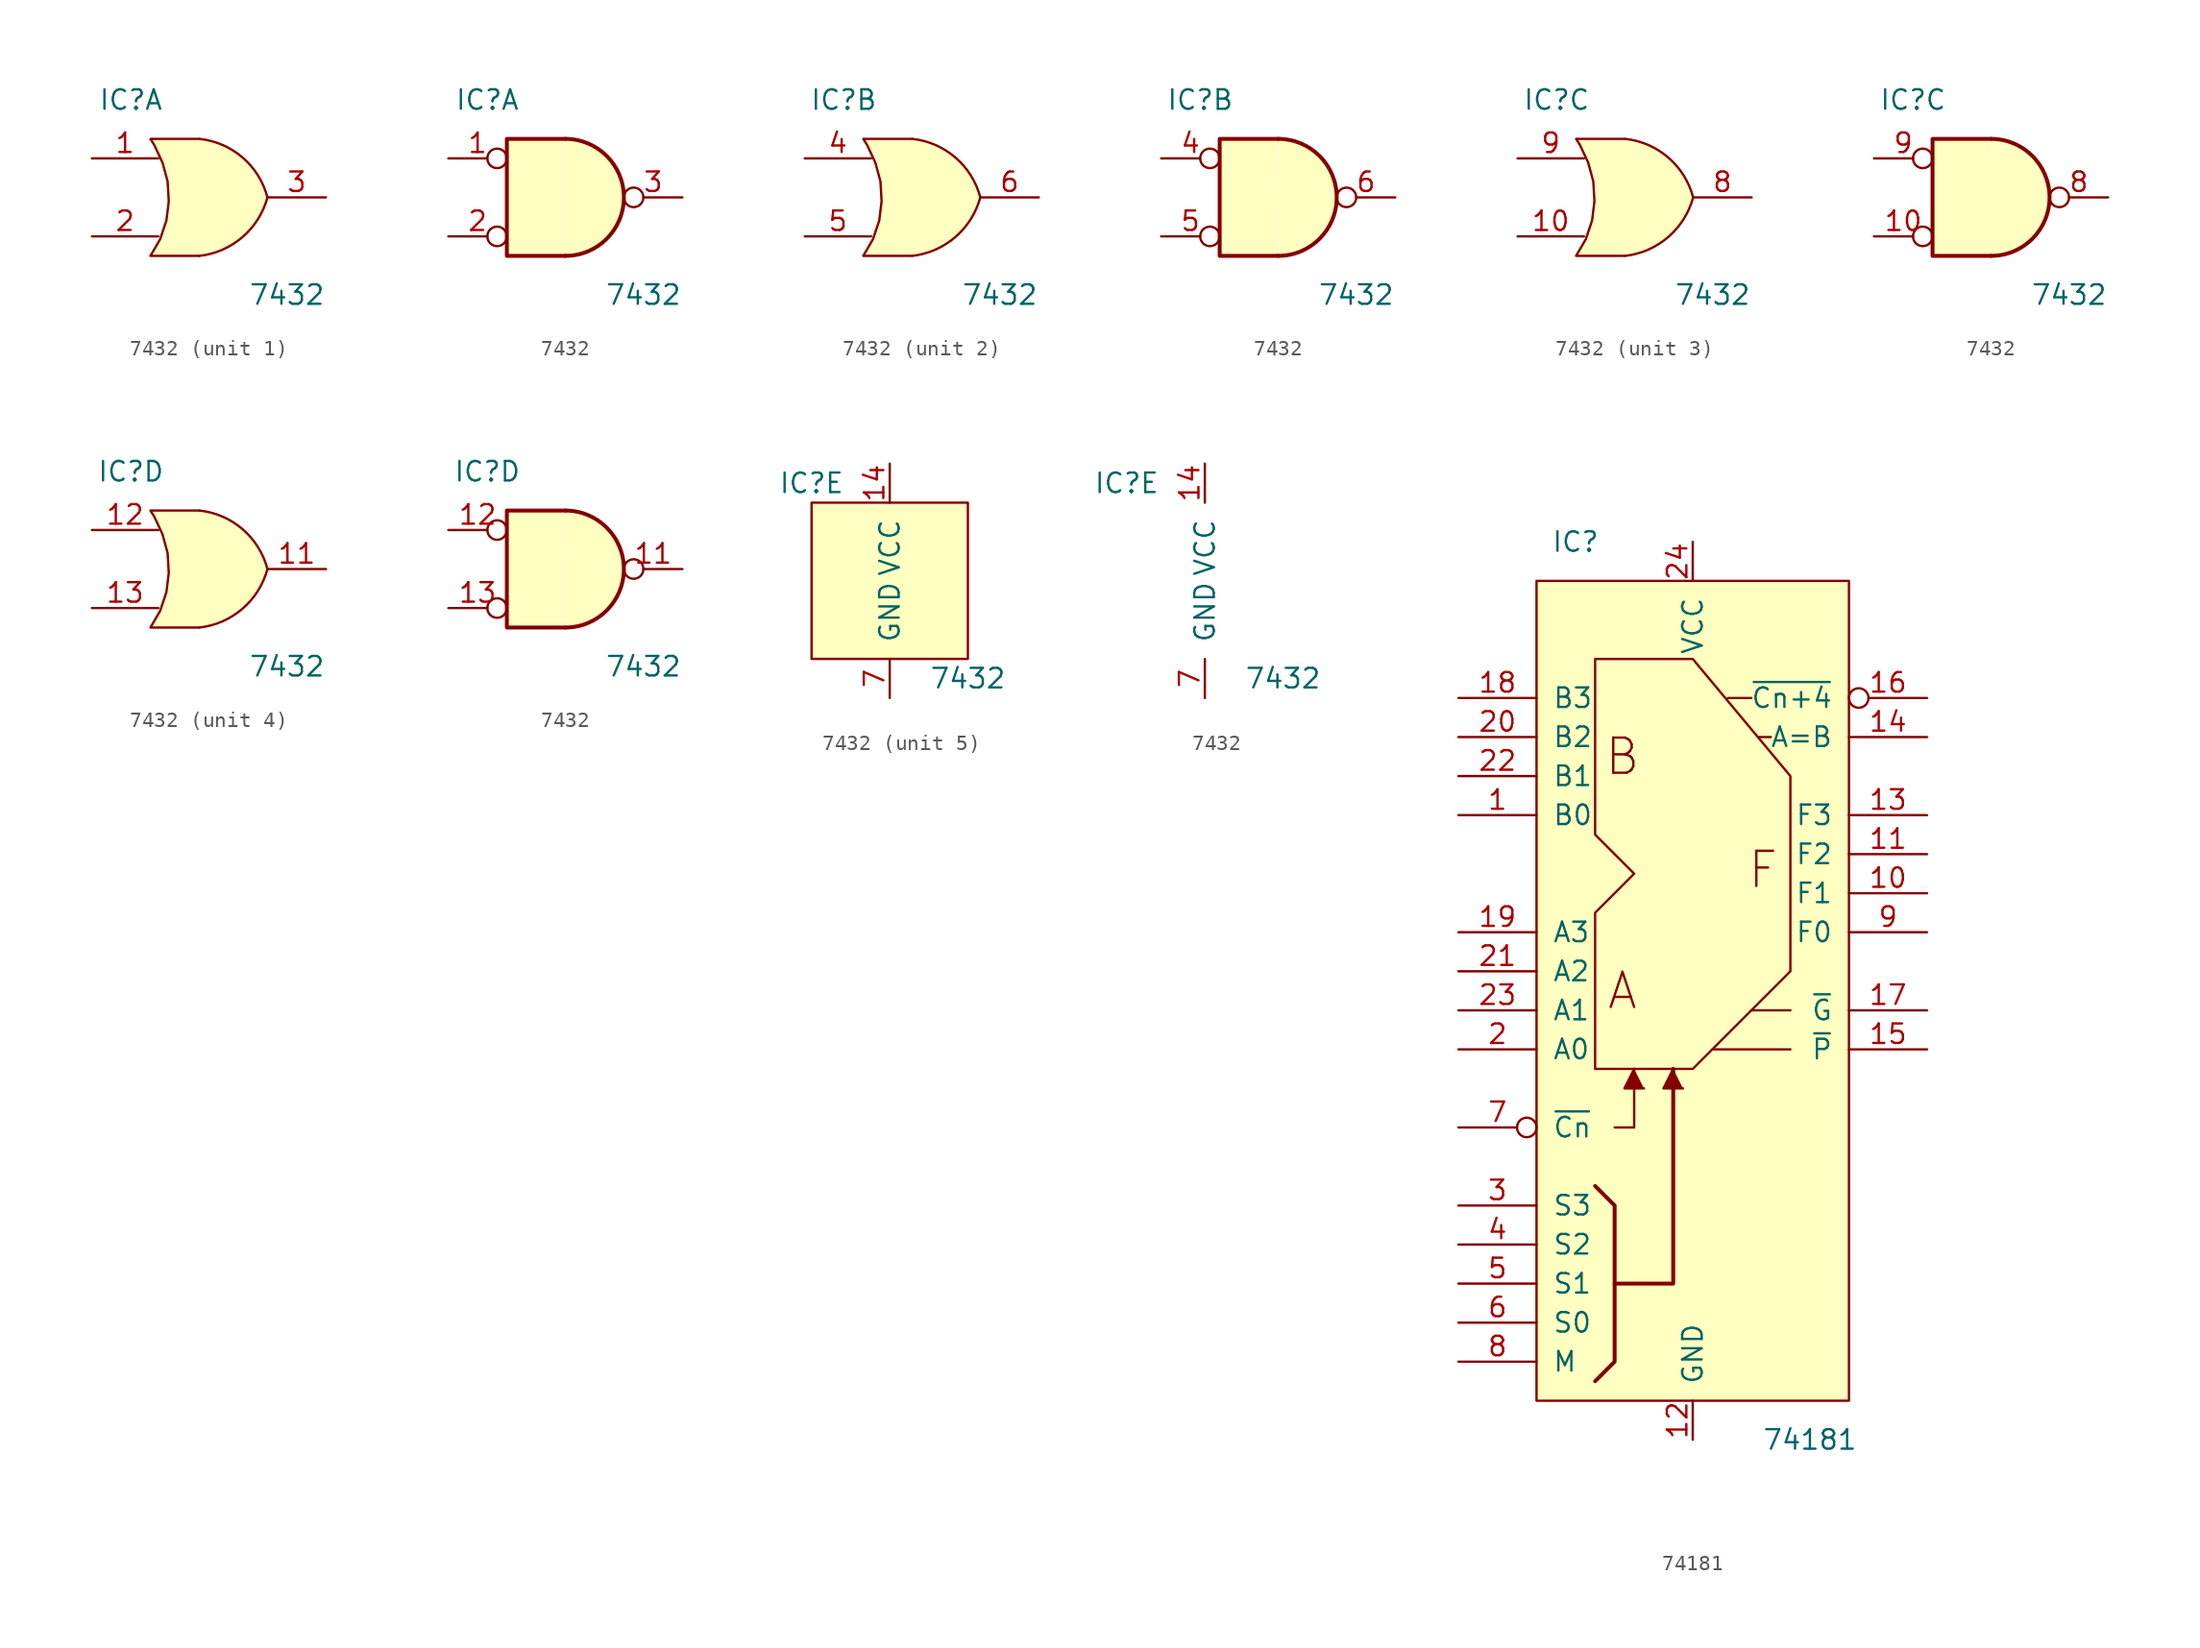
<source format=kicad_sym>
(kicad_symbol_lib
  (version 20211014)
  (generator kicad_symbol_editor)
  (symbol "7432"
    (pin_names
      (offset 1.016))
    (property "Reference" "IC"
      (at -5.08 6.35 0)
      (effects (font (size 1.27 1.27))))
    (property "Value" "7432"
      (at 5.08 -6.35 0)
      (effects (font (size 1.27 1.27))))
    (property "ki_locked" ""
      (at 0 0 0)
      (effects (font (size 1.27 1.27))))
    (symbol "7432_1_1"
      (arc (start -0.6096 -3.81) (mid 2.1842 -2.5851) (end 3.81 0) (stroke (width 0.1524) (type default) (color 0 0 0 0)) (fill (type background)))
      (polyline (pts (xy -0.635 3.81) (xy -3.81 3.81) (xy -3.81 3.81) (xy -3.556 3.404) (xy -3.023 2.261) (xy -2.692 1.041) (xy -2.616 -0.254) (xy -2.769 -1.499) (xy -3.175 -2.718) (xy -3.81 -3.81) (xy -3.81 -3.81) (xy -0.635 -3.81)) (stroke (width 0.152) (type default) (color 0 0 0 0)) (fill (type background)))
      (arc (start 3.81 0) (mid 2.1915 2.5936) (end -0.6096 3.81) (stroke (width 0.1524) (type default) (color 0 0 0 0)) (fill (type background)))
      (pin input line (at -7.62 2.54 0) (length 4.318) (name "~" (effects (font (size 1.27 1.27)))) (number "1" (effects (font (size 1.27 1.27)))))
      (pin input line (at -7.62 -2.54 0) (length 4.318) (name "~" (effects (font (size 1.27 1.27)))) (number "2" (effects (font (size 1.27 1.27)))))
      (pin output line (at 7.62 0 180) (length 3.81) (name "~" (effects (font (size 1.27 1.27)))) (number "3" (effects (font (size 1.27 1.27))))))
    (symbol "7432_1_2"
      (arc (start 0 -3.81) (mid 3.81 0) (end 0 3.81) (stroke (width 0.254) (type default) (color 0 0 0 0)) (fill (type background)))
      (polyline (pts (xy 0 3.81) (xy -3.81 3.81) (xy -3.81 -3.81) (xy 0 -3.81)) (stroke (width 0.254) (type default) (color 0 0 0 0)) (fill (type background)))
      (pin input inverted (at -7.62 2.54 0) (length 3.81) (name "~" (effects (font (size 1.27 1.27)))) (number "1" (effects (font (size 1.27 1.27)))))
      (pin input inverted (at -7.62 -2.54 0) (length 3.81) (name "~" (effects (font (size 1.27 1.27)))) (number "2" (effects (font (size 1.27 1.27)))))
      (pin output inverted (at 7.62 0 180) (length 3.81) (name "~" (effects (font (size 1.27 1.27)))) (number "3" (effects (font (size 1.27 1.27))))))
    (symbol "7432_2_1"
      (arc (start -0.6096 -3.81) (mid 2.1842 -2.5851) (end 3.81 0) (stroke (width 0.1524) (type default) (color 0 0 0 0)) (fill (type background)))
      (polyline (pts (xy -0.635 3.81) (xy -3.81 3.81) (xy -3.81 3.81) (xy -3.556 3.404) (xy -3.023 2.261) (xy -2.692 1.041) (xy -2.616 -0.254) (xy -2.769 -1.499) (xy -3.175 -2.718) (xy -3.81 -3.81) (xy -3.81 -3.81) (xy -0.635 -3.81)) (stroke (width 0.152) (type default) (color 0 0 0 0)) (fill (type background)))
      (arc (start 3.81 0) (mid 2.1915 2.5936) (end -0.6096 3.81) (stroke (width 0.1524) (type default) (color 0 0 0 0)) (fill (type background)))
      (pin input line (at -7.62 2.54 0) (length 4.318) (name "~" (effects (font (size 1.27 1.27)))) (number "4" (effects (font (size 1.27 1.27)))))
      (pin input line (at -7.62 -2.54 0) (length 4.318) (name "~" (effects (font (size 1.27 1.27)))) (number "5" (effects (font (size 1.27 1.27)))))
      (pin output line (at 7.62 0 180) (length 3.81) (name "~" (effects (font (size 1.27 1.27)))) (number "6" (effects (font (size 1.27 1.27))))))
    (symbol "7432_2_2"
      (arc (start 0 -3.81) (mid 3.81 0) (end 0 3.81) (stroke (width 0.254) (type default) (color 0 0 0 0)) (fill (type background)))
      (polyline (pts (xy 0 3.81) (xy -3.81 3.81) (xy -3.81 -3.81) (xy 0 -3.81)) (stroke (width 0.254) (type default) (color 0 0 0 0)) (fill (type background)))
      (pin input inverted (at -7.62 2.54 0) (length 3.81) (name "~" (effects (font (size 1.27 1.27)))) (number "4" (effects (font (size 1.27 1.27)))))
      (pin input inverted (at -7.62 -2.54 0) (length 3.81) (name "~" (effects (font (size 1.27 1.27)))) (number "5" (effects (font (size 1.27 1.27)))))
      (pin output inverted (at 7.62 0 180) (length 3.81) (name "~" (effects (font (size 1.27 1.27)))) (number "6" (effects (font (size 1.27 1.27))))))
    (symbol "7432_3_1"
      (arc (start -0.6096 -3.81) (mid 2.1842 -2.5851) (end 3.81 0) (stroke (width 0.1524) (type default) (color 0 0 0 0)) (fill (type background)))
      (polyline (pts (xy -0.635 3.81) (xy -3.81 3.81) (xy -3.81 3.81) (xy -3.556 3.404) (xy -3.023 2.261) (xy -2.692 1.041) (xy -2.616 -0.254) (xy -2.769 -1.499) (xy -3.175 -2.718) (xy -3.81 -3.81) (xy -3.81 -3.81) (xy -0.635 -3.81)) (stroke (width 0.152) (type default) (color 0 0 0 0)) (fill (type background)))
      (arc (start 3.81 0) (mid 2.1915 2.5936) (end -0.6096 3.81) (stroke (width 0.1524) (type default) (color 0 0 0 0)) (fill (type background)))
      (pin input line (at -7.62 -2.54 0) (length 4.318) (name "~" (effects (font (size 1.27 1.27)))) (number "10" (effects (font (size 1.27 1.27)))))
      (pin output line (at 7.62 0 180) (length 3.81) (name "~" (effects (font (size 1.27 1.27)))) (number "8" (effects (font (size 1.27 1.27)))))
      (pin input line (at -7.62 2.54 0) (length 4.318) (name "~" (effects (font (size 1.27 1.27)))) (number "9" (effects (font (size 1.27 1.27))))))
    (symbol "7432_3_2"
      (arc (start 0 -3.81) (mid 3.81 0) (end 0 3.81) (stroke (width 0.254) (type default) (color 0 0 0 0)) (fill (type background)))
      (polyline (pts (xy 0 3.81) (xy -3.81 3.81) (xy -3.81 -3.81) (xy 0 -3.81)) (stroke (width 0.254) (type default) (color 0 0 0 0)) (fill (type background)))
      (pin input inverted (at -7.62 -2.54 0) (length 3.81) (name "~" (effects (font (size 1.27 1.27)))) (number "10" (effects (font (size 1.27 1.27)))))
      (pin output inverted (at 7.62 0 180) (length 3.81) (name "~" (effects (font (size 1.27 1.27)))) (number "8" (effects (font (size 1.27 1.27)))))
      (pin input inverted (at -7.62 2.54 0) (length 3.81) (name "~" (effects (font (size 1.27 1.27)))) (number "9" (effects (font (size 1.27 1.27))))))
    (symbol "7432_4_1"
      (arc (start -0.6096 -3.81) (mid 2.1842 -2.5851) (end 3.81 0) (stroke (width 0.1524) (type default) (color 0 0 0 0)) (fill (type background)))
      (polyline (pts (xy -0.635 3.81) (xy -3.81 3.81) (xy -3.81 3.81) (xy -3.556 3.404) (xy -3.023 2.261) (xy -2.692 1.041) (xy -2.616 -0.254) (xy -2.769 -1.499) (xy -3.175 -2.718) (xy -3.81 -3.81) (xy -3.81 -3.81) (xy -0.635 -3.81)) (stroke (width 0.152) (type default) (color 0 0 0 0)) (fill (type background)))
      (arc (start 3.81 0) (mid 2.1915 2.5936) (end -0.6096 3.81) (stroke (width 0.1524) (type default) (color 0 0 0 0)) (fill (type background)))
      (pin output line (at 7.62 0 180) (length 3.81) (name "~" (effects (font (size 1.27 1.27)))) (number "11" (effects (font (size 1.27 1.27)))))
      (pin input line (at -7.62 2.54 0) (length 4.318) (name "~" (effects (font (size 1.27 1.27)))) (number "12" (effects (font (size 1.27 1.27)))))
      (pin input line (at -7.62 -2.54 0) (length 4.318) (name "~" (effects (font (size 1.27 1.27)))) (number "13" (effects (font (size 1.27 1.27))))))
    (symbol "7432_4_2"
      (arc (start 0 -3.81) (mid 3.81 0) (end 0 3.81) (stroke (width 0.254) (type default) (color 0 0 0 0)) (fill (type background)))
      (polyline (pts (xy 0 3.81) (xy -3.81 3.81) (xy -3.81 -3.81) (xy 0 -3.81)) (stroke (width 0.254) (type default) (color 0 0 0 0)) (fill (type background)))
      (pin output inverted (at 7.62 0 180) (length 3.81) (name "~" (effects (font (size 1.27 1.27)))) (number "11" (effects (font (size 1.27 1.27)))))
      (pin input inverted (at -7.62 2.54 0) (length 3.81) (name "~" (effects (font (size 1.27 1.27)))) (number "12" (effects (font (size 1.27 1.27)))))
      (pin input inverted (at -7.62 -2.54 0) (length 3.81) (name "~" (effects (font (size 1.27 1.27)))) (number "13" (effects (font (size 1.27 1.27))))))
    (symbol "7432_5_0"
      (pin power_in line (at 0 7.62 270) (length 2.54) (name "VCC" (effects (font (size 1.27 1.27)))) (number "14" (effects (font (size 1.27 1.27)))))
      (pin power_in line (at 0 -7.62 90) (length 2.54) (name "GND" (effects (font (size 1.27 1.27)))) (number "7" (effects (font (size 1.27 1.27))))))
    (symbol "7432_5_1"
      (rectangle (start -5.08 5.08) (end 5.08 -5.08) (stroke (width 0.152) (type default) (color 0 0 0 0)) (fill (type background)))))
  (symbol "74181"
    (pin_names
      (offset 1.016))
    (property "Reference" "IC"
      (at -7.62 30.48 0)
      (effects (font (size 1.27 1.27))))
    (property "Value" "74181"
      (at 7.62 -27.94 0)
      (effects (font (size 1.27 1.27))))
    (symbol "74181_1_0"
      (polyline (pts (xy 2.286 20.32) (xy 3.81 20.32)) (stroke (width 0.152) (type default) (color 0 0 0 0)) (fill (type none)))
      (polyline (pts (xy 5.08 17.78) (xy 4.318 17.78)) (stroke (width 0.152) (type default) (color 0 0 0 0)) (fill (type none)))
      (polyline (pts (xy 6.35 -2.54) (xy 1.27 -2.54)) (stroke (width 0.152) (type default) (color 0 0 0 0)) (fill (type none)))
      (polyline (pts (xy 6.35 0) (xy 3.81 0)) (stroke (width 0.152) (type default) (color 0 0 0 0)) (fill (type none)))
      (polyline (pts (xy -5.08 -17.78) (xy -1.27 -17.78) (xy -1.27 -3.81)) (stroke (width 0.254) (type default) (color 0 0 0 0)) (fill (type none)))
      (polyline (pts (xy -5.08 -7.62) (xy -3.81 -7.62) (xy -3.81 -3.81)) (stroke (width 0) (type default) (color 0 0 0 0)) (fill (type none)))
      (polyline (pts (xy -3.81 -3.81) (xy -4.445 -5.08) (xy -3.175 -5.08)) (stroke (width 0) (type default) (color 0 0 0 0)) (fill (type outline)))
      (polyline (pts (xy -1.27 -3.81) (xy -1.905 -5.08) (xy -0.635 -5.08)) (stroke (width 0) (type default) (color 0 0 0 0)) (fill (type outline)))
      (text "A" (at -4.572 1.27 0) (effects (font (size 2.286 2.286))))
      (text "B" (at -4.572 16.51 0) (effects (font (size 2.286 2.286))))
      (text "F" (at 4.572 9.144 0) (effects (font (size 2.286 2.286))))
      (pin input line (at -15.24 12.7 0) (length 5.08) (name "B0" (effects (font (size 1.27 1.27)))) (number "1" (effects (font (size 1.27 1.27)))))
      (pin output line (at 15.24 7.62 180) (length 5.08) (name "F1" (effects (font (size 1.27 1.27)))) (number "10" (effects (font (size 1.27 1.27)))))
      (pin output line (at 15.24 10.16 180) (length 5.08) (name "F2" (effects (font (size 1.27 1.27)))) (number "11" (effects (font (size 1.27 1.27)))))
      (pin power_in line (at 0 -27.94 90) (length 2.54) (name "GND" (effects (font (size 1.27 1.27)))) (number "12" (effects (font (size 1.27 1.27)))))
      (pin output line (at 15.24 12.7 180) (length 5.08) (name "F3" (effects (font (size 1.27 1.27)))) (number "13" (effects (font (size 1.27 1.27)))))
      (pin open_collector line (at 15.24 17.78 180) (length 5.08) (name "A=B" (effects (font (size 1.27 1.27)))) (number "14" (effects (font (size 1.27 1.27)))))
      (pin output line (at 15.24 -2.54 180) (length 5.08) (name "~{P}" (effects (font (size 1.27 1.27)))) (number "15" (effects (font (size 1.27 1.27)))))
      (pin output inverted (at 15.24 20.32 180) (length 5.08) (name "~{Cn+4}" (effects (font (size 1.27 1.27)))) (number "16" (effects (font (size 1.27 1.27)))))
      (pin output line (at 15.24 0 180) (length 5.08) (name "~{G}" (effects (font (size 1.27 1.27)))) (number "17" (effects (font (size 1.27 1.27)))))
      (pin input line (at -15.24 20.32 0) (length 5.08) (name "B3" (effects (font (size 1.27 1.27)))) (number "18" (effects (font (size 1.27 1.27)))))
      (pin input line (at -15.24 5.08 0) (length 5.08) (name "A3" (effects (font (size 1.27 1.27)))) (number "19" (effects (font (size 1.27 1.27)))))
      (pin input line (at -15.24 -2.54 0) (length 5.08) (name "A0" (effects (font (size 1.27 1.27)))) (number "2" (effects (font (size 1.27 1.27)))))
      (pin input line (at -15.24 17.78 0) (length 5.08) (name "B2" (effects (font (size 1.27 1.27)))) (number "20" (effects (font (size 1.27 1.27)))))
      (pin input line (at -15.24 2.54 0) (length 5.08) (name "A2" (effects (font (size 1.27 1.27)))) (number "21" (effects (font (size 1.27 1.27)))))
      (pin input line (at -15.24 15.24 0) (length 5.08) (name "B1" (effects (font (size 1.27 1.27)))) (number "22" (effects (font (size 1.27 1.27)))))
      (pin input line (at -15.24 0 0) (length 5.08) (name "A1" (effects (font (size 1.27 1.27)))) (number "23" (effects (font (size 1.27 1.27)))))
      (pin power_in line (at 0 30.48 270) (length 2.54) (name "VCC" (effects (font (size 1.27 1.27)))) (number "24" (effects (font (size 1.27 1.27)))))
      (pin input line (at -15.24 -12.7 0) (length 5.08) (name "S3" (effects (font (size 1.27 1.27)))) (number "3" (effects (font (size 1.27 1.27)))))
      (pin input line (at -15.24 -15.24 0) (length 5.08) (name "S2" (effects (font (size 1.27 1.27)))) (number "4" (effects (font (size 1.27 1.27)))))
      (pin input line (at -15.24 -17.78 0) (length 5.08) (name "S1" (effects (font (size 1.27 1.27)))) (number "5" (effects (font (size 1.27 1.27)))))
      (pin input line (at -15.24 -20.32 0) (length 5.08) (name "S0" (effects (font (size 1.27 1.27)))) (number "6" (effects (font (size 1.27 1.27)))))
      (pin input inverted (at -15.24 -7.62 0) (length 5.08) (name "~{Cn}" (effects (font (size 1.27 1.27)))) (number "7" (effects (font (size 1.27 1.27)))))
      (pin input line (at -15.24 -22.86 0) (length 5.08) (name "M" (effects (font (size 1.27 1.27)))) (number "8" (effects (font (size 1.27 1.27)))))
      (pin output line (at 15.24 5.08 180) (length 5.08) (name "F0" (effects (font (size 1.27 1.27)))) (number "9" (effects (font (size 1.27 1.27))))))
    (symbol "74181_1_1"
      (rectangle (start -10.16 27.94) (end 10.16 -25.4) (stroke (width 0.152) (type default) (color 0 0 0 0)) (fill (type background)))
      (polyline (pts (xy -6.35 -11.43) (xy -5.08 -12.7) (xy -5.08 -22.86) (xy -6.35 -24.13)) (stroke (width 0.254) (type default) (color 0 0 0 0)) (fill (type none)))
      (polyline (pts (xy -6.35 22.86) (xy -6.35 11.43) (xy -3.81 8.89) (xy -6.35 6.35) (xy -6.35 -3.81) (xy 0 -3.81) (xy 6.35 2.54) (xy 6.35 15.24) (xy 0 22.86) (xy -6.35 22.86)) (stroke (width 0.152) (type default) (color 0 0 0 0)) (fill (type none))))))
</source>
